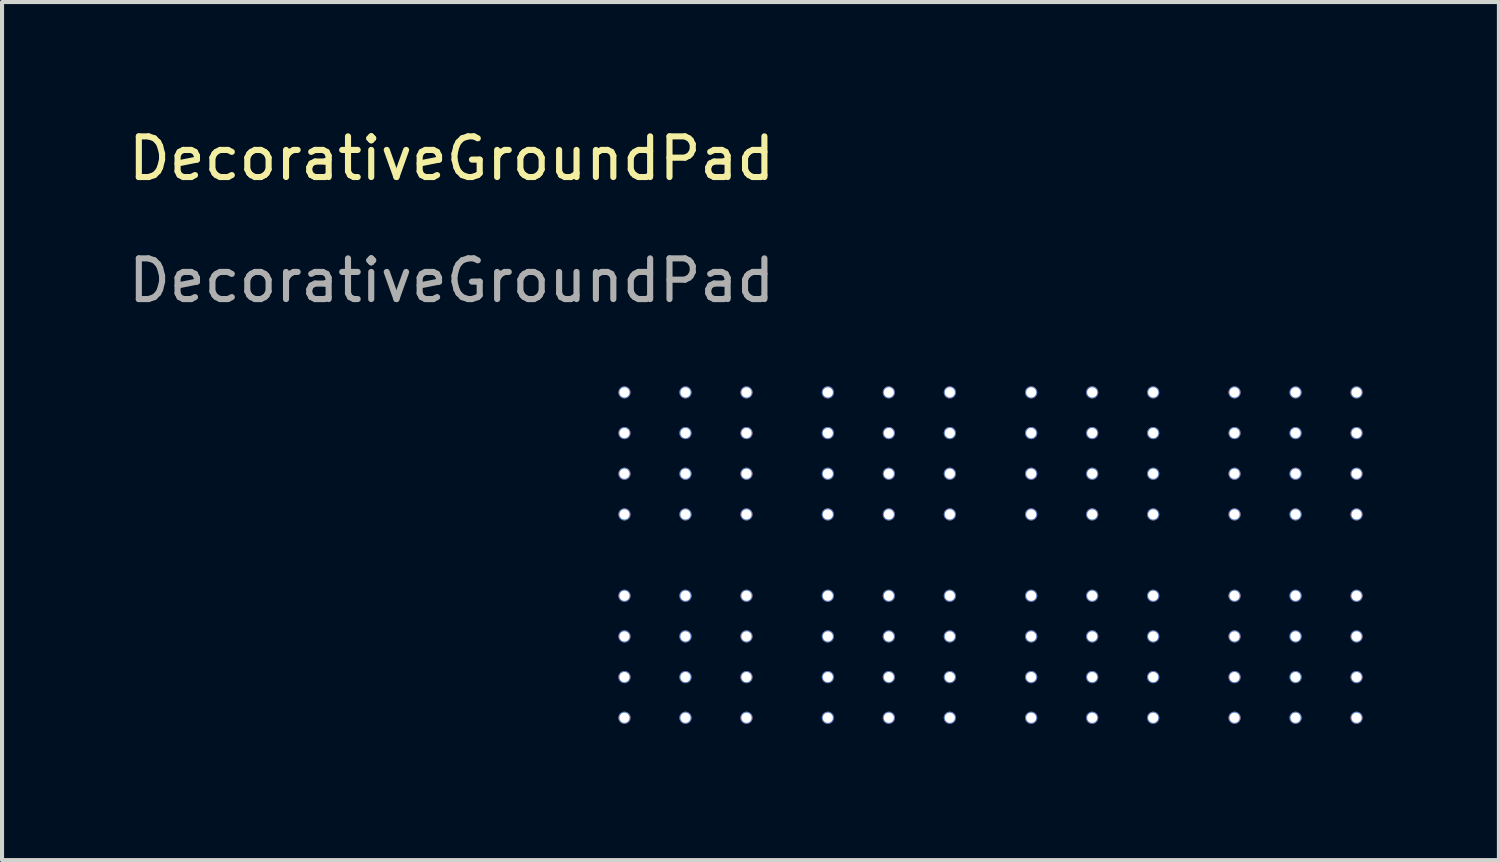
<source format=kicad_pcb>
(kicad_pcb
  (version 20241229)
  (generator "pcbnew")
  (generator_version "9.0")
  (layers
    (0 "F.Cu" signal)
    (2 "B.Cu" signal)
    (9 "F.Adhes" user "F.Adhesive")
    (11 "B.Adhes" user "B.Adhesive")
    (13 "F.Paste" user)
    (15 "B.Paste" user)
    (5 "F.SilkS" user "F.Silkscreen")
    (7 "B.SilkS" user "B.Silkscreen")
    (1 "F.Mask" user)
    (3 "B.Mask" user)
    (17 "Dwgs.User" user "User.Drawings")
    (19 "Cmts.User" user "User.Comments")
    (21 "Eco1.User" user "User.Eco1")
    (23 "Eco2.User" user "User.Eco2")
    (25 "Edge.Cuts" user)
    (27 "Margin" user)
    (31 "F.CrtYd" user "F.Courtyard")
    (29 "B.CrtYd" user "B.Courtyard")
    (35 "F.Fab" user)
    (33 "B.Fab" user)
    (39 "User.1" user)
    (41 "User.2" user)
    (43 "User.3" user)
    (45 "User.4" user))
  (footprint "DecorativeGroundPad"
    (layer "F.Cu")
    (at 8.054 1.348)
    (property "Reference" "DecorativeGroundPad" (at 0 -0.5 0) (unlocked yes) (layer "F.SilkS") (effects (font (size 1 1) (thickness 0.15))))
    (attr through_hole)
    (fp_rect (start 3.75 4.75) (end 7.75 8.75) (stroke (width 0) (type solid)) (fill yes) (layer "F.Mask"))
    (fp_rect (start 3.75 9.75) (end 7.75 13.75) (stroke (width 0) (type solid)) (fill yes) (layer "F.Mask"))
    (fp_rect (start 8.75 4.75) (end 12.75 8.75) (stroke (width 0) (type solid)) (fill yes) (layer "F.Mask"))
    (fp_rect (start 8.75 9.75) (end 12.75 13.75) (stroke (width 0) (type solid)) (fill yes) (layer "F.Mask"))
    (fp_rect (start 13.75 4.75) (end 17.75 8.75) (stroke (width 0) (type solid)) (fill yes) (layer "F.Mask"))
    (fp_rect (start 13.75 9.75) (end 17.75 13.75) (stroke (width 0) (type solid)) (fill yes) (layer "F.Mask"))
    (fp_rect (start 18.75 4.75) (end 22.75 8.75) (stroke (width 0) (type solid)) (fill yes) (layer "F.Mask"))
    (fp_rect (start 18.75 9.75) (end 22.75 13.75) (stroke (width 0) (type solid)) (fill yes) (layer "F.Mask"))
    (fp_rect (start 3.75 4.75) (end 7.75 8.75) (stroke (width 0) (type solid)) (fill yes) (layer "B.Mask"))
    (fp_rect (start 3.75 9.75) (end 7.75 13.75) (stroke (width 0) (type solid)) (fill yes) (layer "B.Mask"))
    (fp_rect (start 8.75 4.75) (end 12.75 8.75) (stroke (width 0) (type solid)) (fill yes) (layer "B.Mask"))
    (fp_rect (start 8.75 9.75) (end 12.75 13.75) (stroke (width 0) (type solid)) (fill yes) (layer "B.Mask"))
    (fp_rect (start 13.75 4.75) (end 17.75 8.75) (stroke (width 0) (type solid)) (fill yes) (layer "B.Mask"))
    (fp_rect (start 13.75 9.75) (end 17.75 13.75) (stroke (width 0) (type solid)) (fill yes) (layer "B.Mask"))
    (fp_rect (start 18.75 4.75) (end 22.75 8.75) (stroke (width 0) (type solid)) (fill yes) (layer "B.Mask"))
    (fp_rect (start 18.75 9.75) (end 22.75 13.75) (stroke (width 0) (type solid)) (fill yes) (layer "B.Mask"))
    (fp_text user "${REFERENCE}" (at 0 2.5 0) (unlocked yes) (layer "F.Fab") (effects (font (size 1 1) (thickness 0.15))))
    (pad "1" thru_hole circle (at 4.25 5.25) (size 0.3 0.3) (drill 0.25) (layers "*.Cu" "*.Mask"))
    (pad "1" thru_hole circle (at 4.25 6.25) (size 0.3 0.3) (drill 0.25) (layers "*.Cu" "*.Mask"))
    (pad "1" thru_hole circle (at 4.25 7.25) (size 0.3 0.3) (drill 0.25) (layers "*.Cu" "*.Mask"))
    (pad "1" thru_hole circle (at 4.25 8.25) (size 0.3 0.3) (drill 0.25) (layers "*.Cu" "*.Mask"))
    (pad "1" thru_hole circle (at 4.25 10.25) (size 0.3 0.3) (drill 0.25) (layers "*.Cu" "*.Mask"))
    (pad "1" thru_hole circle (at 4.25 11.25) (size 0.3 0.3) (drill 0.25) (layers "*.Cu" "*.Mask"))
    (pad "1" thru_hole circle (at 4.25 12.25) (size 0.3 0.3) (drill 0.25) (layers "*.Cu" "*.Mask"))
    (pad "1" thru_hole circle (at 4.25 13.25) (size 0.3 0.3) (drill 0.25) (layers "*.Cu" "*.Mask"))
    (pad "1" thru_hole circle (at 5.75 5.25) (size 0.3 0.3) (drill 0.25) (layers "*.Cu" "*.Mask"))
    (pad "1" thru_hole circle (at 5.75 6.25) (size 0.3 0.3) (drill 0.25) (layers "*.Cu" "*.Mask"))
    (pad "1" thru_hole circle (at 5.75 7.25) (size 0.3 0.3) (drill 0.25) (layers "*.Cu" "*.Mask"))
    (pad "1" thru_hole circle (at 5.75 8.25) (size 0.3 0.3) (drill 0.25) (layers "*.Cu" "*.Mask"))
    (pad "1" thru_hole circle (at 5.75 10.25) (size 0.3 0.3) (drill 0.25) (layers "*.Cu" "*.Mask"))
    (pad "1" thru_hole circle (at 5.75 11.25) (size 0.3 0.3) (drill 0.25) (layers "*.Cu" "*.Mask"))
    (pad "1" thru_hole circle (at 5.75 12.25) (size 0.3 0.3) (drill 0.25) (layers "*.Cu" "*.Mask"))
    (pad "1" thru_hole circle (at 5.75 13.25) (size 0.3 0.3) (drill 0.25) (layers "*.Cu" "*.Mask"))
    (pad "1" thru_hole circle (at 7.25 5.25) (size 0.3 0.3) (drill 0.25) (layers "*.Cu" "*.Mask"))
    (pad "1" thru_hole circle (at 7.25 6.25) (size 0.3 0.3) (drill 0.25) (layers "*.Cu" "*.Mask"))
    (pad "1" thru_hole circle (at 7.25 7.25) (size 0.3 0.3) (drill 0.25) (layers "*.Cu" "*.Mask"))
    (pad "1" thru_hole circle (at 7.25 8.25) (size 0.3 0.3) (drill 0.25) (layers "*.Cu" "*.Mask"))
    (pad "1" thru_hole circle (at 7.25 10.25) (size 0.3 0.3) (drill 0.25) (layers "*.Cu" "*.Mask"))
    (pad "1" thru_hole circle (at 7.25 11.25) (size 0.3 0.3) (drill 0.25) (layers "*.Cu" "*.Mask"))
    (pad "1" thru_hole circle (at 7.25 12.25) (size 0.3 0.3) (drill 0.25) (layers "*.Cu" "*.Mask"))
    (pad "1" thru_hole circle (at 7.25 13.25) (size 0.3 0.3) (drill 0.25) (layers "*.Cu" "*.Mask"))
    (pad "1" thru_hole circle (at 9.25 5.25) (size 0.3 0.3) (drill 0.25) (layers "*.Cu" "*.Mask"))
    (pad "1" thru_hole circle (at 9.25 6.25) (size 0.3 0.3) (drill 0.25) (layers "*.Cu" "*.Mask"))
    (pad "1" thru_hole circle (at 9.25 7.25) (size 0.3 0.3) (drill 0.25) (layers "*.Cu" "*.Mask"))
    (pad "1" thru_hole circle (at 9.25 8.25) (size 0.3 0.3) (drill 0.25) (layers "*.Cu" "*.Mask"))
    (pad "1" thru_hole circle (at 9.25 10.25) (size 0.3 0.3) (drill 0.25) (layers "*.Cu" "*.Mask"))
    (pad "1" thru_hole circle (at 9.25 11.25) (size 0.3 0.3) (drill 0.25) (layers "*.Cu" "*.Mask"))
    (pad "1" thru_hole circle (at 9.25 12.25) (size 0.3 0.3) (drill 0.25) (layers "*.Cu" "*.Mask"))
    (pad "1" thru_hole circle (at 9.25 13.25) (size 0.3 0.3) (drill 0.25) (layers "*.Cu" "*.Mask"))
    (pad "1" thru_hole circle (at 10.75 5.25) (size 0.3 0.3) (drill 0.25) (layers "*.Cu" "*.Mask"))
    (pad "1" thru_hole circle (at 10.75 6.25) (size 0.3 0.3) (drill 0.25) (layers "*.Cu" "*.Mask"))
    (pad "1" thru_hole circle (at 10.75 7.25) (size 0.3 0.3) (drill 0.25) (layers "*.Cu" "*.Mask"))
    (pad "1" thru_hole circle (at 10.75 8.25) (size 0.3 0.3) (drill 0.25) (layers "*.Cu" "*.Mask"))
    (pad "1" thru_hole circle (at 10.75 10.25) (size 0.3 0.3) (drill 0.25) (layers "*.Cu" "*.Mask"))
    (pad "1" thru_hole circle (at 10.75 11.25) (size 0.3 0.3) (drill 0.25) (layers "*.Cu" "*.Mask"))
    (pad "1" thru_hole circle (at 10.75 12.25) (size 0.3 0.3) (drill 0.25) (layers "*.Cu" "*.Mask"))
    (pad "1" thru_hole circle (at 10.75 13.25) (size 0.3 0.3) (drill 0.25) (layers "*.Cu" "*.Mask"))
    (pad "1" thru_hole circle (at 12.25 5.25) (size 0.3 0.3) (drill 0.25) (layers "*.Cu" "*.Mask"))
    (pad "1" thru_hole circle (at 12.25 6.25) (size 0.3 0.3) (drill 0.25) (layers "*.Cu" "*.Mask"))
    (pad "1" thru_hole circle (at 12.25 7.25) (size 0.3 0.3) (drill 0.25) (layers "*.Cu" "*.Mask"))
    (pad "1" thru_hole circle (at 12.25 8.25) (size 0.3 0.3) (drill 0.25) (layers "*.Cu" "*.Mask"))
    (pad "1" thru_hole circle (at 12.25 10.25) (size 0.3 0.3) (drill 0.25) (layers "*.Cu" "*.Mask"))
    (pad "1" thru_hole circle (at 12.25 11.25) (size 0.3 0.3) (drill 0.25) (layers "*.Cu" "*.Mask"))
    (pad "1" thru_hole circle (at 12.25 12.25) (size 0.3 0.3) (drill 0.25) (layers "*.Cu" "*.Mask"))
    (pad "1" thru_hole circle (at 12.25 13.25) (size 0.3 0.3) (drill 0.25) (layers "*.Cu" "*.Mask"))
    (pad "1" thru_hole circle (at 14.25 5.25) (size 0.3 0.3) (drill 0.25) (layers "*.Cu" "*.Mask"))
    (pad "1" thru_hole circle (at 14.25 6.25) (size 0.3 0.3) (drill 0.25) (layers "*.Cu" "*.Mask"))
    (pad "1" thru_hole circle (at 14.25 7.25) (size 0.3 0.3) (drill 0.25) (layers "*.Cu" "*.Mask"))
    (pad "1" thru_hole circle (at 14.25 8.25) (size 0.3 0.3) (drill 0.25) (layers "*.Cu" "*.Mask"))
    (pad "1" thru_hole circle (at 14.25 10.25) (size 0.3 0.3) (drill 0.25) (layers "*.Cu" "*.Mask"))
    (pad "1" thru_hole circle (at 14.25 11.25) (size 0.3 0.3) (drill 0.25) (layers "*.Cu" "*.Mask"))
    (pad "1" thru_hole circle (at 14.25 12.25) (size 0.3 0.3) (drill 0.25) (layers "*.Cu" "*.Mask"))
    (pad "1" thru_hole circle (at 14.25 13.25) (size 0.3 0.3) (drill 0.25) (layers "*.Cu" "*.Mask"))
    (pad "1" thru_hole circle (at 15.75 5.25) (size 0.3 0.3) (drill 0.25) (layers "*.Cu" "*.Mask"))
    (pad "1" thru_hole circle (at 15.75 6.25) (size 0.3 0.3) (drill 0.25) (layers "*.Cu" "*.Mask"))
    (pad "1" thru_hole circle (at 15.75 7.25) (size 0.3 0.3) (drill 0.25) (layers "*.Cu" "*.Mask"))
    (pad "1" thru_hole circle (at 15.75 8.25) (size 0.3 0.3) (drill 0.25) (layers "*.Cu" "*.Mask"))
    (pad "1" thru_hole circle (at 15.75 10.25) (size 0.3 0.3) (drill 0.25) (layers "*.Cu" "*.Mask"))
    (pad "1" thru_hole circle (at 15.75 11.25) (size 0.3 0.3) (drill 0.25) (layers "*.Cu" "*.Mask"))
    (pad "1" thru_hole circle (at 15.75 12.25) (size 0.3 0.3) (drill 0.25) (layers "*.Cu" "*.Mask"))
    (pad "1" thru_hole circle (at 15.75 13.25) (size 0.3 0.3) (drill 0.25) (layers "*.Cu" "*.Mask"))
    (pad "1" thru_hole circle (at 17.25 5.25) (size 0.3 0.3) (drill 0.25) (layers "*.Cu" "*.Mask"))
    (pad "1" thru_hole circle (at 17.25 6.25) (size 0.3 0.3) (drill 0.25) (layers "*.Cu" "*.Mask"))
    (pad "1" thru_hole circle (at 17.25 7.25) (size 0.3 0.3) (drill 0.25) (layers "*.Cu" "*.Mask"))
    (pad "1" thru_hole circle (at 17.25 8.25) (size 0.3 0.3) (drill 0.25) (layers "*.Cu" "*.Mask"))
    (pad "1" thru_hole circle (at 17.25 10.25) (size 0.3 0.3) (drill 0.25) (layers "*.Cu" "*.Mask"))
    (pad "1" thru_hole circle (at 17.25 11.25) (size 0.3 0.3) (drill 0.25) (layers "*.Cu" "*.Mask"))
    (pad "1" thru_hole circle (at 17.25 12.25) (size 0.3 0.3) (drill 0.25) (layers "*.Cu" "*.Mask"))
    (pad "1" thru_hole circle (at 17.25 13.25) (size 0.3 0.3) (drill 0.25) (layers "*.Cu" "*.Mask"))
    (pad "1" thru_hole circle (at 19.25 5.25) (size 0.3 0.3) (drill 0.25) (layers "*.Cu" "*.Mask"))
    (pad "1" thru_hole circle (at 19.25 6.25) (size 0.3 0.3) (drill 0.25) (layers "*.Cu" "*.Mask"))
    (pad "1" thru_hole circle (at 19.25 7.25) (size 0.3 0.3) (drill 0.25) (layers "*.Cu" "*.Mask"))
    (pad "1" thru_hole circle (at 19.25 8.25) (size 0.3 0.3) (drill 0.25) (layers "*.Cu" "*.Mask"))
    (pad "1" thru_hole circle (at 19.25 10.25) (size 0.3 0.3) (drill 0.25) (layers "*.Cu" "*.Mask"))
    (pad "1" thru_hole circle (at 19.25 11.25) (size 0.3 0.3) (drill 0.25) (layers "*.Cu" "*.Mask"))
    (pad "1" thru_hole circle (at 19.25 12.25) (size 0.3 0.3) (drill 0.25) (layers "*.Cu" "*.Mask"))
    (pad "1" thru_hole circle (at 19.25 13.25) (size 0.3 0.3) (drill 0.25) (layers "*.Cu" "*.Mask"))
    (pad "1" thru_hole circle (at 20.75 5.25) (size 0.3 0.3) (drill 0.25) (layers "*.Cu" "*.Mask"))
    (pad "1" thru_hole circle (at 20.75 6.25) (size 0.3 0.3) (drill 0.25) (layers "*.Cu" "*.Mask"))
    (pad "1" thru_hole circle (at 20.75 7.25) (size 0.3 0.3) (drill 0.25) (layers "*.Cu" "*.Mask"))
    (pad "1" thru_hole circle (at 20.75 8.25) (size 0.3 0.3) (drill 0.25) (layers "*.Cu" "*.Mask"))
    (pad "1" thru_hole circle (at 20.75 10.25) (size 0.3 0.3) (drill 0.25) (layers "*.Cu" "*.Mask"))
    (pad "1" thru_hole circle (at 20.75 11.25) (size 0.3 0.3) (drill 0.25) (layers "*.Cu" "*.Mask"))
    (pad "1" thru_hole circle (at 20.75 12.25) (size 0.3 0.3) (drill 0.25) (layers "*.Cu" "*.Mask"))
    (pad "1" thru_hole circle (at 20.75 13.25) (size 0.3 0.3) (drill 0.25) (layers "*.Cu" "*.Mask"))
    (pad "1" thru_hole circle (at 22.25 5.25) (size 0.3 0.3) (drill 0.25) (layers "*.Cu" "*.Mask"))
    (pad "1" thru_hole circle (at 22.25 6.25) (size 0.3 0.3) (drill 0.25) (layers "*.Cu" "*.Mask"))
    (pad "1" thru_hole circle (at 22.25 7.25) (size 0.3 0.3) (drill 0.25) (layers "*.Cu" "*.Mask"))
    (pad "1" thru_hole circle (at 22.25 8.25) (size 0.3 0.3) (drill 0.25) (layers "*.Cu" "*.Mask"))
    (pad "1" thru_hole circle (at 22.25 10.25) (size 0.3 0.3) (drill 0.25) (layers "*.Cu" "*.Mask"))
    (pad "1" thru_hole circle (at 22.25 11.25) (size 0.3 0.3) (drill 0.25) (layers "*.Cu" "*.Mask"))
    (pad "1" thru_hole circle (at 22.25 12.25) (size 0.3 0.3) (drill 0.25) (layers "*.Cu" "*.Mask"))
    (pad "1" thru_hole circle (at 22.25 13.25) (size 0.3 0.3) (drill 0.25) (layers "*.Cu" "*.Mask")))
  (gr_rect
    (start -3 -3)
    (end 33.804 18.098)
    (stroke (width 0.1) (type default))
    (fill no)
    (layer "Edge.Cuts")))
</source>
